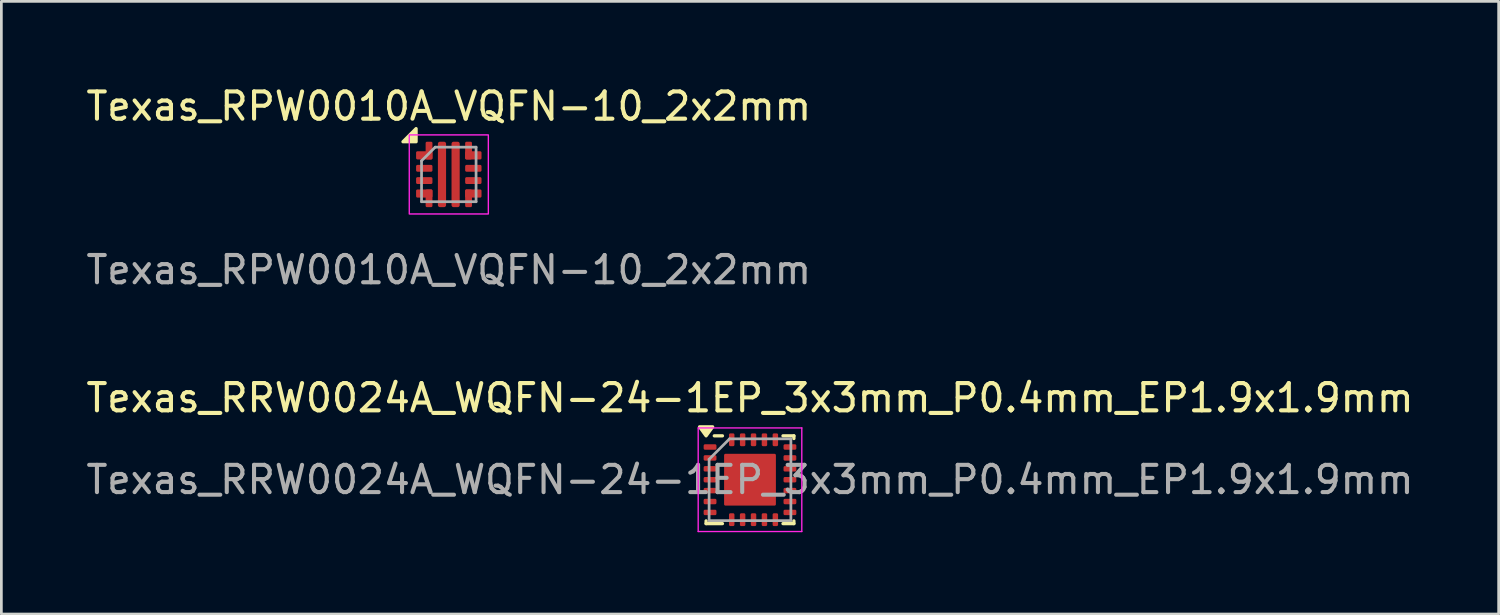
<source format=kicad_pcb>
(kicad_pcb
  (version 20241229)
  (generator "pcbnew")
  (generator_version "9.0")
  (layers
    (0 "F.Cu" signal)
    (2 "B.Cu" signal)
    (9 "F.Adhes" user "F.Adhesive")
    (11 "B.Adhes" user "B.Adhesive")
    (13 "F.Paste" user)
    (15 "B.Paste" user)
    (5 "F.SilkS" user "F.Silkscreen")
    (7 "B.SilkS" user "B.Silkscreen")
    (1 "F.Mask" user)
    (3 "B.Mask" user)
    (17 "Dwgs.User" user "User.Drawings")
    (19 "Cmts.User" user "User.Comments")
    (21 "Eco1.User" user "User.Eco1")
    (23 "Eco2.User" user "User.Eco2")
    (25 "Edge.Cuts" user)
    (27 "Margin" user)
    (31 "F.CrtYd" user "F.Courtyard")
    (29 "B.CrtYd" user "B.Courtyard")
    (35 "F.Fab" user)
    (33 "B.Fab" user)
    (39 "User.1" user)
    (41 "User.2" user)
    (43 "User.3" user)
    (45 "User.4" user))
  (footprint "Texas_RPW0010A_VQFN-10_2x2mm"
    (layer "F.Cu")
    (at 13.411 3.348)
    (property "Reference" "Texas_RPW0010A_VQFN-10_2x2mm" (at 0 -2.5 0) (unlocked yes) (layer "F.SilkS") (effects (font (size 1 1) (thickness 0.15))))
    (attr smd)
    (fp_poly (pts (xy -1.2 -1.2) (xy -1.68 -1.2) (xy -1.2 -1.68) (xy -1.2 -1.2)) (stroke (width 0.12) (type solid)) (fill yes) (layer "F.SilkS"))
    (fp_rect (start -1.45 -1.45) (end 1.45 1.45) (stroke (width 0.05) (type default)) (fill no) (layer "F.CrtYd"))
    (fp_line (start -1 1) (end -1 -0.5) (stroke (width 0.1) (type default)) (layer "F.Fab"))
    (fp_line (start -0.5 -1) (end -1 -0.5) (stroke (width 0.1) (type default)) (layer "F.Fab"))
    (fp_line (start -0.5 -1) (end 1 -1) (stroke (width 0.1) (type default)) (layer "F.Fab"))
    (fp_line (start 1 -1) (end 1 1) (stroke (width 0.1) (type default)) (layer "F.Fab"))
    (fp_line (start 1 1) (end -1 1) (stroke (width 0.1) (type default)) (layer "F.Fab"))
    (fp_text user "${REFERENCE}" (at 0 3.5 0) (unlocked yes) (layer "F.Fab") (effects (font (size 1 1) (thickness 0.15))))
    (pad "" smd roundrect (at -0.9 -0.688) (size 0.6 0.275) (layers "F.Paste") (roundrect_rratio 0.182))
    (pad "" smd roundrect (at -0.9 0.688) (size 0.6 0.275) (layers "F.Paste") (roundrect_rratio 0.182))
    (pad "" smd roundrect (at -0.713 -0.875) (size 0.225 0.65) (layers "F.Paste") (roundrect_rratio 0.222))
    (pad "" smd roundrect (at -0.713 0.875) (size 0.225 0.65) (layers "F.Paste") (roundrect_rratio 0.222))
    (pad "" smd roundrect (at -0.25 -0.63) (size 0.28 1.06) (layers "F.Paste") (roundrect_rratio 0.179))
    (pad "" smd roundrect (at -0.25 0.63) (size 0.28 1.06) (layers "F.Paste") (roundrect_rratio 0.179))
    (pad "" smd roundrect (at 0.25 -0.63) (size 0.28 1.06) (layers "F.Paste") (roundrect_rratio 0.179))
    (pad "" smd roundrect (at 0.25 0.63) (size 0.28 1.06) (layers "F.Paste") (roundrect_rratio 0.179))
    (pad "" smd roundrect (at 0.713 -0.875) (size 0.225 0.65) (layers "F.Paste") (roundrect_rratio 0.222))
    (pad "" smd roundrect (at 0.713 0.875) (size 0.225 0.65) (layers "F.Paste") (roundrect_rratio 0.222))
    (pad "" smd roundrect (at 0.9 -0.688) (size 0.6 0.275) (layers "F.Paste") (roundrect_rratio 0.182))
    (pad "" smd roundrect (at 0.9 0.688) (size 0.6 0.275) (layers "F.Paste") (roundrect_rratio 0.182))
    (pad "1" smd roundrect (at -0.9 -0.7) (size 0.6 0.3) (layers "F.Cu" "F.Mask") (roundrect_rratio 0.167))
    (pad "1" smd roundrect (at -0.725 -0.875 180) (size 0.25 0.65) (layers "F.Cu" "F.Mask") (roundrect_rratio 0.2))
    (pad "2" smd roundrect (at -0.9 -0.225) (size 0.6 0.25) (layers "F.Cu" "F.Mask" "F.Paste") (roundrect_rratio 0.2))
    (pad "3" smd roundrect (at -0.9 0.225) (size 0.6 0.25) (layers "F.Cu" "F.Mask" "F.Paste") (roundrect_rratio 0.2))
    (pad "4" smd roundrect (at -0.9 0.7) (size 0.6 0.3) (layers "F.Cu" "F.Mask") (roundrect_rratio 0.167))
    (pad "4" smd roundrect (at -0.725 0.875 180) (size 0.25 0.65) (layers "F.Cu" "F.Mask") (roundrect_rratio 0.2))
    (pad "5" smd roundrect (at -0.25 0) (size 0.3 2.4) (layers "F.Cu" "F.Mask") (roundrect_rratio 0.25))
    (pad "6" smd roundrect (at 0.25 0) (size 0.3 2.4) (layers "F.Cu" "F.Mask") (roundrect_rratio 0.25))
    (pad "7" smd roundrect (at 0.725 0.875 180) (size 0.25 0.65) (layers "F.Cu" "F.Mask") (roundrect_rratio 0.2))
    (pad "7" smd roundrect (at 0.9 0.7 180) (size 0.6 0.3) (layers "F.Cu" "F.Mask") (roundrect_rratio 0.167))
    (pad "8" smd roundrect (at 0.9 0.225 180) (size 0.6 0.25) (layers "F.Cu" "F.Mask" "F.Paste") (roundrect_rratio 0.2))
    (pad "9" smd roundrect (at 0.9 -0.225 180) (size 0.6 0.25) (layers "F.Cu" "F.Mask" "F.Paste") (roundrect_rratio 0.2))
    (pad "10" smd roundrect (at 0.725 -0.875 180) (size 0.25 0.65) (layers "F.Cu" "F.Mask") (roundrect_rratio 0.2))
    (pad "10" smd roundrect (at 0.9 -0.7 180) (size 0.6 0.3) (layers "F.Cu" "F.Mask") (roundrect_rratio 0.167)))
  (footprint "Texas_RRW0024A_WQFN-24-1EP_3x3mm_P0.4mm_EP1.9x1.9mm"
    (layer "F.Cu")
    (at 24.458 14.545)
    (property "Reference" "Texas_RRW0024A_WQFN-24-1EP_3x3mm_P0.4mm_EP1.9x1.9mm" (at 0 -3 0) (layer "F.SilkS") (effects (font (size 1 1) (thickness 0.15))))
    (attr smd)
    (fp_line (start -1.61 1.61) (end -1.61 1.51) (stroke (width 0.12) (type solid)) (layer "F.SilkS"))
    (fp_line (start -1.01 -1.61) (end -1.31 -1.61) (stroke (width 0.12) (type solid)) (layer "F.SilkS"))
    (fp_line (start -1.01 1.61) (end -1.61 1.61) (stroke (width 0.12) (type solid)) (layer "F.SilkS"))
    (fp_line (start 1.21 -1.61) (end 1.61 -1.61) (stroke (width 0.12) (type solid)) (layer "F.SilkS"))
    (fp_line (start 1.21 1.61) (end 1.61 1.61) (stroke (width 0.12) (type solid)) (layer "F.SilkS"))
    (fp_line (start 1.61 -1.61) (end 1.61 -1.51) (stroke (width 0.12) (type solid)) (layer "F.SilkS"))
    (fp_line (start 1.61 1.61) (end 1.61 1.51) (stroke (width 0.12) (type solid)) (layer "F.SilkS"))
    (fp_poly (pts (xy -1.61 -1.61) (xy -1.85 -1.94) (xy -1.37 -1.94) (xy -1.61 -1.61)) (stroke (width 0.12) (type solid)) (fill yes) (layer "F.SilkS"))
    (fp_line (start -1.9 -1.9) (end 1.9 -1.9) (stroke (width 0.05) (type solid)) (layer "F.CrtYd"))
    (fp_line (start -1.9 1.9) (end -1.9 -1.9) (stroke (width 0.05) (type solid)) (layer "F.CrtYd"))
    (fp_line (start 1.9 -1.9) (end 1.9 1.9) (stroke (width 0.05) (type solid)) (layer "F.CrtYd"))
    (fp_line (start 1.9 1.9) (end -1.9 1.9) (stroke (width 0.05) (type solid)) (layer "F.CrtYd"))
    (fp_line (start -1.5 -0.75) (end -1.5 1.5) (stroke (width 0.1) (type solid)) (layer "F.Fab"))
    (fp_line (start -1.5 1.5) (end 1.5 1.5) (stroke (width 0.1) (type solid)) (layer "F.Fab"))
    (fp_line (start -0.75 -1.5) (end -1.5 -0.75) (stroke (width 0.1) (type solid)) (layer "F.Fab"))
    (fp_line (start 1.5 -1.5) (end -0.75 -1.5) (stroke (width 0.1) (type solid)) (layer "F.Fab"))
    (fp_line (start 1.5 1.5) (end 1.5 -1.5) (stroke (width 0.1) (type solid)) (layer "F.Fab"))
    (fp_text user "${REFERENCE}" (at 0 0 0) (layer "F.Fab") (effects (font (size 1 1) (thickness 0.15))))
    (pad "" smd roundrect (at -0.47 -0.47) (size 0.75 0.75) (layers "F.Paste") (roundrect_rratio 0.067))
    (pad "" smd roundrect (at -0.47 0.47) (size 0.75 0.75) (layers "F.Paste") (roundrect_rratio 0.067))
    (pad "" smd roundrect (at 0.47 -0.47) (size 0.75 0.75) (layers "F.Paste") (roundrect_rratio 0.067))
    (pad "" smd roundrect (at 0.47 0.47) (size 0.75 0.75) (layers "F.Paste") (roundrect_rratio 0.067))
    (pad "1" smd roundrect (at -1.465 -1.2) (size 0.47 0.2) (layers "F.Cu" "F.Mask" "F.Paste") (roundrect_rratio 0.25))
    (pad "2" smd roundrect (at -1.465 -0.8) (size 0.47 0.2) (layers "F.Cu" "F.Mask" "F.Paste") (roundrect_rratio 0.25))
    (pad "3" smd roundrect (at -1.465 -0.4) (size 0.47 0.2) (layers "F.Cu" "F.Mask" "F.Paste") (roundrect_rratio 0.25))
    (pad "4" smd roundrect (at -1.465 0) (size 0.47 0.2) (layers "F.Cu" "F.Mask" "F.Paste") (roundrect_rratio 0.25))
    (pad "5" smd roundrect (at -1.465 0.4) (size 0.47 0.2) (layers "F.Cu" "F.Mask" "F.Paste") (roundrect_rratio 0.25))
    (pad "6" smd roundrect (at -1.465 0.8) (size 0.47 0.2) (layers "F.Cu" "F.Mask" "F.Paste") (roundrect_rratio 0.25))
    (pad "7" smd roundrect (at -1.465 1.2) (size 0.47 0.2) (layers "F.Cu" "F.Mask" "F.Paste") (roundrect_rratio 0.25))
    (pad "8" smd roundrect (at -0.67 1.465 90) (size 0.47 0.2) (layers "F.Cu" "F.Mask" "F.Paste") (roundrect_rratio 0.25))
    (pad "9" smd roundrect (at -0.27 1.465 90) (size 0.47 0.2) (layers "F.Cu" "F.Mask" "F.Paste") (roundrect_rratio 0.25))
    (pad "10" smd roundrect (at 0.13 1.465 90) (size 0.47 0.2) (layers "F.Cu" "F.Mask" "F.Paste") (roundrect_rratio 0.25))
    (pad "11" smd roundrect (at 0.53 1.465 90) (size 0.47 0.2) (layers "F.Cu" "F.Mask" "F.Paste") (roundrect_rratio 0.25))
    (pad "12" smd roundrect (at 0.93 1.465 90) (size 0.47 0.2) (layers "F.Cu" "F.Mask" "F.Paste") (roundrect_rratio 0.25))
    (pad "13" smd roundrect (at 1.465 1.2) (size 0.47 0.2) (layers "F.Cu" "F.Mask" "F.Paste") (roundrect_rratio 0.25))
    (pad "14" smd roundrect (at 1.465 0.8) (size 0.47 0.2) (layers "F.Cu" "F.Mask" "F.Paste") (roundrect_rratio 0.25))
    (pad "15" smd roundrect (at 1.465 0.4) (size 0.47 0.2) (layers "F.Cu" "F.Mask" "F.Paste") (roundrect_rratio 0.25))
    (pad "16" smd roundrect (at 1.465 0) (size 0.47 0.2) (layers "F.Cu" "F.Mask" "F.Paste") (roundrect_rratio 0.25))
    (pad "17" smd roundrect (at 1.465 -0.4) (size 0.47 0.2) (layers "F.Cu" "F.Mask" "F.Paste") (roundrect_rratio 0.25))
    (pad "18" smd roundrect (at 1.465 -0.8) (size 0.47 0.2) (layers "F.Cu" "F.Mask" "F.Paste") (roundrect_rratio 0.25))
    (pad "19" smd roundrect (at 1.465 -1.2) (size 0.47 0.2) (layers "F.Cu" "F.Mask" "F.Paste") (roundrect_rratio 0.25))
    (pad "20" smd roundrect (at 0.93 -1.465 90) (size 0.47 0.2) (layers "F.Cu" "F.Mask" "F.Paste") (roundrect_rratio 0.25))
    (pad "21" smd roundrect (at 0.53 -1.465 90) (size 0.47 0.2) (layers "F.Cu" "F.Mask" "F.Paste") (roundrect_rratio 0.25))
    (pad "22" smd roundrect (at 0.13 -1.465 90) (size 0.47 0.2) (layers "F.Cu" "F.Mask" "F.Paste") (roundrect_rratio 0.25))
    (pad "23" smd roundrect (at -0.27 -1.465 90) (size 0.47 0.2) (layers "F.Cu" "F.Mask" "F.Paste") (roundrect_rratio 0.25))
    (pad "24" smd roundrect (at -0.67 -1.465 90) (size 0.47 0.2) (layers "F.Cu" "F.Mask" "F.Paste") (roundrect_rratio 0.25))
    (pad "25" smd roundrect (at 0 0) (size 1.9 1.9) (property pad_prop_heatsink) (layers "F.Cu" "F.Mask") (roundrect_rratio 0.026)))
  (gr_rect
    (start -3 -3)
    (end 51.917 19.47)
    (stroke (width 0.1) (type default))
    (fill no)
    (layer "Edge.Cuts")))
</source>
